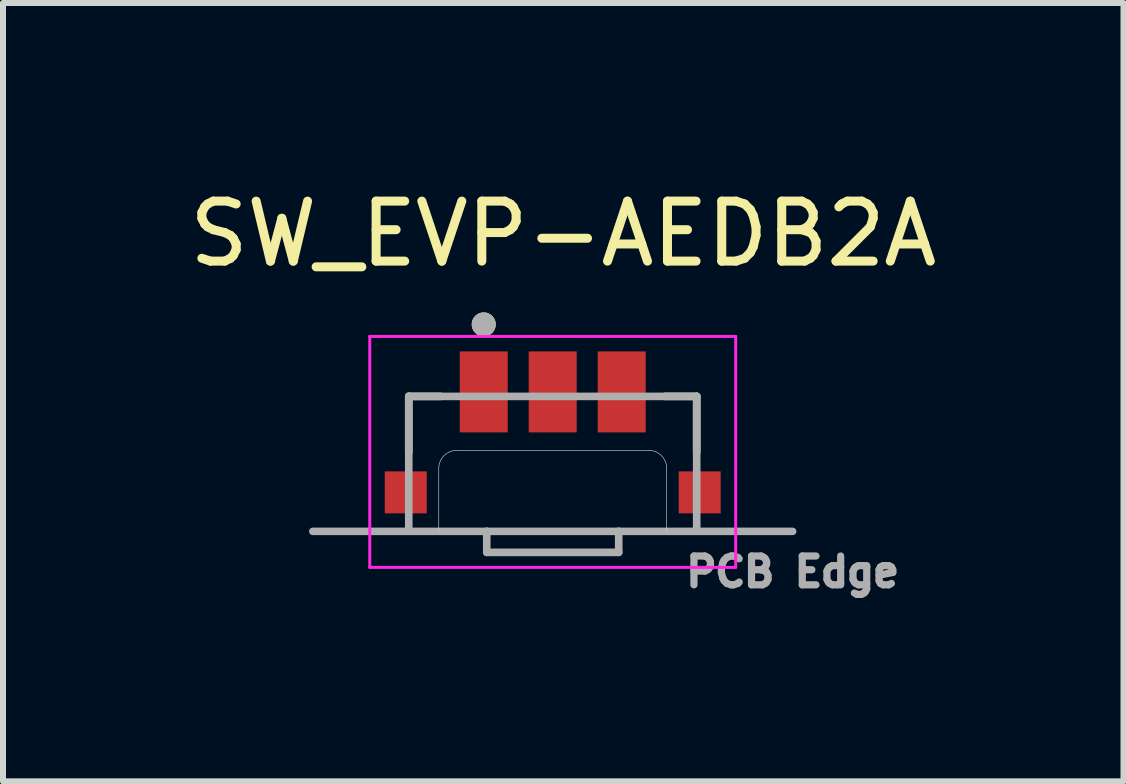
<source format=kicad_pcb>
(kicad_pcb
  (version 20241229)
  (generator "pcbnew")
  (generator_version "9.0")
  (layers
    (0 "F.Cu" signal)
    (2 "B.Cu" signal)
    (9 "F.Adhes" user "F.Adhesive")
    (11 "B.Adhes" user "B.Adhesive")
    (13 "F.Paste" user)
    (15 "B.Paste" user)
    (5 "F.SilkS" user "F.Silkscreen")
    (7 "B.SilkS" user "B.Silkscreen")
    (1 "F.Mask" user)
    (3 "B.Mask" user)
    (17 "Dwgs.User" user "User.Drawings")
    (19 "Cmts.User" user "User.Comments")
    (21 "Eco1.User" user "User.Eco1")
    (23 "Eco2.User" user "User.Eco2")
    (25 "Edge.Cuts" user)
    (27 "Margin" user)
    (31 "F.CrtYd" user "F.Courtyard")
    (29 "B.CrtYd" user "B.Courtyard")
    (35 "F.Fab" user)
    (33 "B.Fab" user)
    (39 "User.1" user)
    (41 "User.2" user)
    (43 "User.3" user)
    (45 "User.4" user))
  (footprint "SW_EVP-AEDB2A"
    (layer "F.Cu")
    (at 6.164 4.658)
    (property "Reference" "SW_EVP-AEDB2A" (at 0.175 -3.81 0) (layer "F.SilkS") (effects (font (size 1 1) (thickness 0.15))))
    (attr smd)
    (fp_line (start -2.4 -1.1) (end -1.87 -1.1) (stroke (width 0.127) (type solid)) (layer "F.SilkS"))
    (fp_line (start -2.4 -0.17) (end -2.4 -1.1) (stroke (width 0.127) (type solid)) (layer "F.SilkS"))
    (fp_line (start 1.87 -1.1) (end 2.4 -1.1) (stroke (width 0.127) (type solid)) (layer "F.SilkS"))
    (fp_line (start 2.4 -0.17) (end 2.4 -1.1) (stroke (width 0.127) (type solid)) (layer "F.SilkS"))
    (fp_circle (center -1.15 -2.3) (end -1.05 -2.3) (stroke (width 0.2) (type solid)) (fill no) (layer "F.SilkS"))
    (fp_line (start -1.9 0.1) (end -1.9 1.15) (stroke (width 0.01) (type solid)) (layer "Edge.Cuts"))
    (fp_line (start -1.6 -0.2) (end 1.6 -0.2) (stroke (width 0.01) (type solid)) (layer "Edge.Cuts"))
    (fp_line (start 1.9 0.1) (end 1.9 1.15) (stroke (width 0.01) (type solid)) (layer "Edge.Cuts"))
    (fp_arc (start -1.9 0.1) (mid -1.812132 -0.112132) (end -1.6 -0.2) (stroke (width 0.01) (type solid)) (layer "Edge.Cuts"))
    (fp_arc (start 1.6 -0.2) (mid 1.812132 -0.112132) (end 1.9 0.1) (stroke (width 0.01) (type solid)) (layer "Edge.Cuts"))
    (fp_line (start -3.05 -2.1) (end -3.05 1.75) (stroke (width 0.05) (type solid)) (layer "F.CrtYd"))
    (fp_line (start -3.05 1.75) (end 3.05 1.75) (stroke (width 0.05) (type solid)) (layer "F.CrtYd"))
    (fp_line (start 3.05 -2.1) (end -3.05 -2.1) (stroke (width 0.05) (type solid)) (layer "F.CrtYd"))
    (fp_line (start 3.05 1.75) (end 3.05 -2.1) (stroke (width 0.05) (type solid)) (layer "F.CrtYd"))
    (fp_line (start -4 1.15) (end -1.1 1.15) (stroke (width 0.125) (type solid)) (layer "F.Fab"))
    (fp_line (start -2.4 -1.1) (end 2.4 -1.1) (stroke (width 0.127) (type solid)) (layer "F.Fab"))
    (fp_line (start -2.4 1.1) (end -2.4 -1.1) (stroke (width 0.127) (type solid)) (layer "F.Fab"))
    (fp_line (start -1.1 1.15) (end 1.1 1.15) (stroke (width 0.125) (type solid)) (layer "F.Fab"))
    (fp_line (start -1.1 1.5) (end -1.1 1.15) (stroke (width 0.127) (type solid)) (layer "F.Fab"))
    (fp_line (start -1.1 1.5) (end 1.1 1.5) (stroke (width 0.127) (type solid)) (layer "F.Fab"))
    (fp_line (start 1.1 1.15) (end 4 1.15) (stroke (width 0.125) (type solid)) (layer "F.Fab"))
    (fp_line (start 1.1 1.5) (end 1.1 1.15) (stroke (width 0.127) (type solid)) (layer "F.Fab"))
    (fp_line (start 2.4 -1.1) (end 2.4 1.1) (stroke (width 0.127) (type solid)) (layer "F.Fab"))
    (fp_circle (center -1.15 -2.3) (end -1.05 -2.3) (stroke (width 0.2) (type solid)) (fill no) (layer "F.Fab"))
    (fp_text user "PCB Edge" (at 4 1.825 0) (layer "F.Fab") (effects (font (size 0.48 0.48) (thickness 0.15))))
    (pad "1" smd rect (at -1.15 -1.175) (size 0.8 1.35) (layers "F.Cu" "F.Mask" "F.Paste"))
    (pad "1_1" smd rect (at 1.15 -1.175) (size 0.8 1.35) (layers "F.Cu" "F.Mask" "F.Paste"))
    (pad "2" smd rect (at 0 -1.175) (size 0.8 1.35) (layers "F.Cu" "F.Mask" "F.Paste"))
    (pad "P1" smd rect (at -2.45 0.5) (size 0.7 0.7) (layers "F.Cu" "F.Mask" "F.Paste"))
    (pad "P2" smd rect (at 2.45 0.5) (size 0.7 0.7) (layers "F.Cu" "F.Mask" "F.Paste")))
  (gr_rect
    (start -3 -3)
    (end 15.679 9.975)
    (stroke (width 0.1) (type default))
    (fill no)
    (layer "Edge.Cuts")))
</source>
